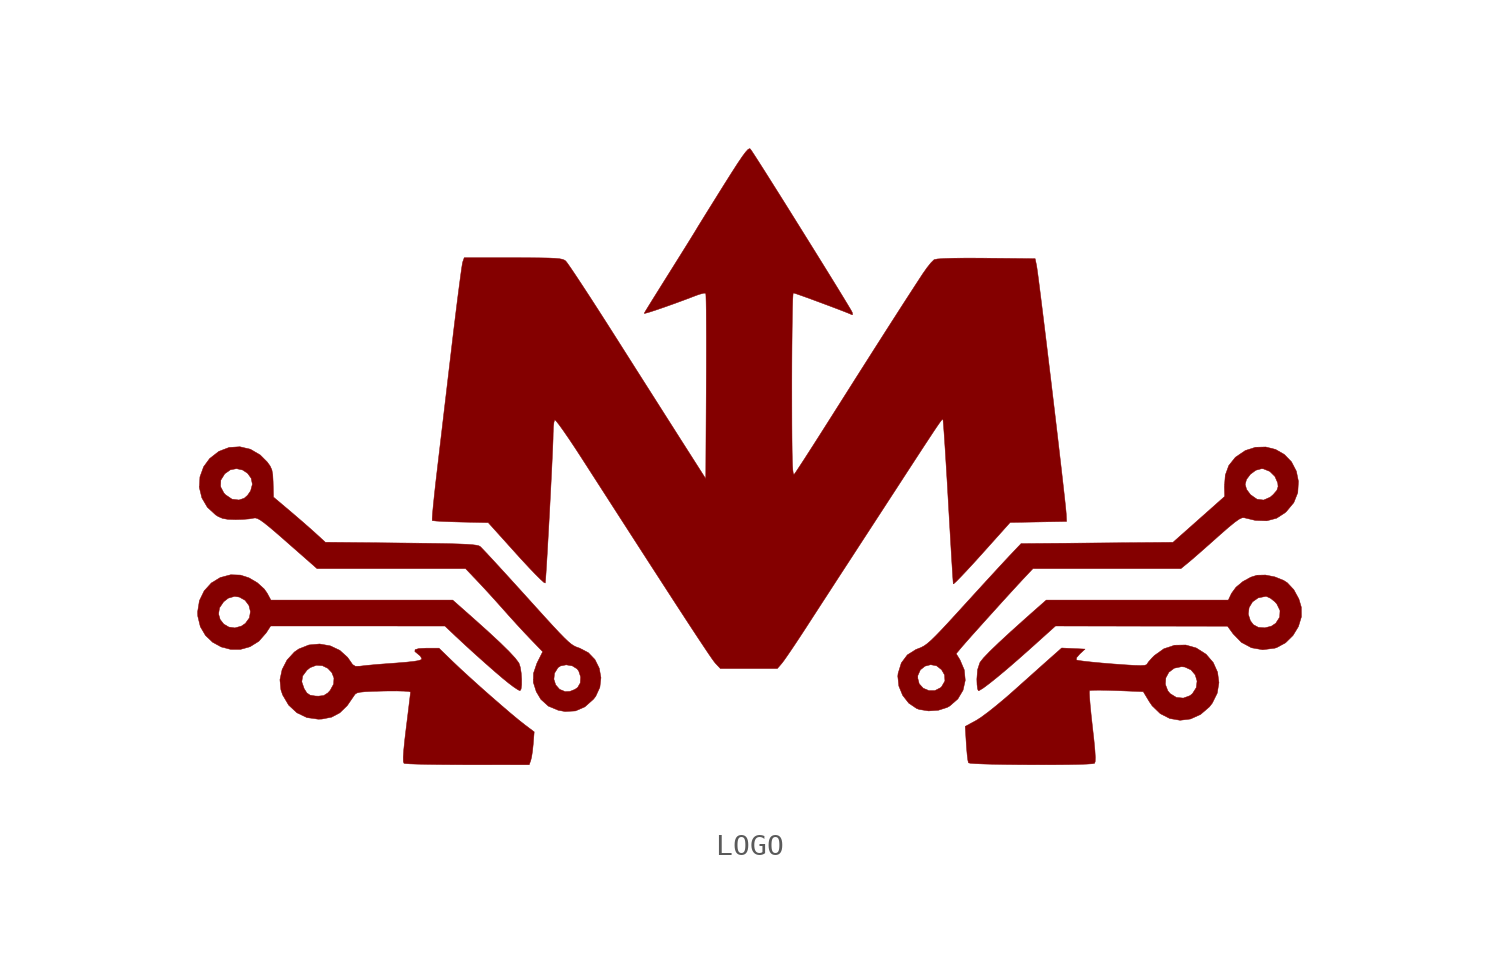
<source format=kicad_sym>
(kicad_symbol_lib
  (version 20220914)
  (generator "bitmap2component")
  (generator_version "9.0")
  (symbol "LOGO"
    (pin_names
      (offset 1.016))
    (property "Reference" "#G"
      (at 0 33.232 0)
      (effects (font (size 1.27 1.27)) hide))
    (symbol "LOGO_0_0"
      (polyline (pts (xy -10.001 -10.731) (xy -9.962 -10.577) (xy -9.919 -10.3) (xy -9.886 -9.979) (xy -9.842 -9.417) (xy -10.276 -9.09) (xy -10.547 -8.876) (xy -10.918 -8.568) (xy -11.356 -8.193) (xy -11.833 -7.778) (xy -12.32 -7.348) (xy -12.788 -6.926) (xy -13.21 -6.539) (xy -13.555 -6.212) (xy -14.199 -5.588) (xy -14.762 -5.588) (xy -14.783 -5.588) (xy -15.119 -5.605) (xy -15.291 -5.655) (xy -15.302 -5.74) (xy -15.155 -5.862) (xy -15.051 -5.949) (xy -14.986 -6.067) (xy -14.99 -6.087) (xy -15.039 -6.126) (xy -15.156 -6.161) (xy -15.364 -6.194) (xy -15.68 -6.228) (xy -16.127 -6.265) (xy -16.722 -6.309) (xy -16.757 -6.311) (xy -17.135 -6.342) (xy -17.489 -6.375) (xy -17.747 -6.404) (xy -17.833 -6.414) (xy -18.025 -6.415) (xy -18.151 -6.337) (xy -18.284 -6.145) (xy -18.382 -6.006) (xy -18.736 -5.687) (xy -19.174 -5.481) (xy -19.658 -5.396) (xy -20.151 -5.441) (xy -20.613 -5.624) (xy -20.818 -5.767) (xy -21.151 -6.13) (xy -21.376 -6.566) (xy -21.476 -7.034) (xy -21.467 -7.124) (xy -20.477 -7.124) (xy -20.436 -6.859) (xy -20.242 -6.597) (xy -20.093 -6.477) (xy -19.809 -6.371) (xy -19.532 -6.389) (xy -19.287 -6.508) (xy -19.102 -6.704) (xy -19.003 -6.954) (xy -19.02 -7.233) (xy -19.177 -7.52) (xy -19.284 -7.636) (xy -19.473 -7.756) (xy -19.714 -7.783) (xy -19.861 -7.777) (xy -20.095 -7.738) (xy -20.243 -7.638) (xy -20.364 -7.447) (xy -20.369 -7.437) (xy -20.477 -7.124) (xy -21.467 -7.124) (xy -21.432 -7.492) (xy -21.351 -7.73) (xy -21.078 -8.193) (xy -20.701 -8.543) (xy -20.241 -8.764) (xy -19.719 -8.838) (xy -19.555 -8.831) (xy -19.112 -8.745) (xy -18.735 -8.546) (xy -18.396 -8.216) (xy -18.067 -7.736) (xy -18.025 -7.683) (xy -17.943 -7.635) (xy -17.799 -7.602) (xy -17.568 -7.579) (xy -17.222 -7.563) (xy -16.734 -7.55) (xy -16.532 -7.547) (xy -16.123 -7.546) (xy -15.794 -7.554) (xy -15.577 -7.57) (xy -15.498 -7.593) (xy -15.51 -7.694) (xy -15.539 -7.935) (xy -15.582 -8.29) (xy -15.636 -8.731) (xy -15.698 -9.229) (xy -15.764 -9.78) (xy -15.811 -10.25) (xy -15.833 -10.578) (xy -15.829 -10.776) (xy -15.799 -10.857) (xy -15.746 -10.867) (xy -15.539 -10.882) (xy -15.196 -10.894) (xy -14.739 -10.905) (xy -14.189 -10.913) (xy -13.565 -10.918) (xy -12.889 -10.921) (xy -10.071 -10.922) (xy -10.001 -10.731)) (stroke (width 0.01) (type default)) (fill (type outline)))
      (polyline (pts (xy 14.055 -10.92) (xy 14.593 -10.915) (xy 15.06 -10.906) (xy 15.433 -10.893) (xy 15.687 -10.877) (xy 15.799 -10.857) (xy 15.828 -10.779) (xy 15.835 -10.586) (xy 15.816 -10.264) (xy 15.773 -9.802) (xy 15.704 -9.186) (xy 15.7 -9.151) (xy 15.645 -8.651) (xy 15.602 -8.212) (xy 15.573 -7.861) (xy 15.561 -7.625) (xy 15.568 -7.53) (xy 15.586 -7.524) (xy 15.739 -7.513) (xy 16.018 -7.51) (xy 16.391 -7.516) (xy 16.826 -7.53) (xy 18.03 -7.578) (xy 18.307 -8.038) (xy 18.435 -8.225) (xy 18.807 -8.584) (xy 19.242 -8.806) (xy 19.713 -8.887) (xy 20.192 -8.827) (xy 20.649 -8.622) (xy 21.057 -8.271) (xy 21.188 -8.102) (xy 21.414 -7.644) (xy 21.491 -7.163) (xy 21.428 -6.686) (xy 21.23 -6.245) (xy 20.904 -5.866) (xy 20.456 -5.58) (xy 19.975 -5.443) (xy 19.462 -5.453) (xy 18.972 -5.615) (xy 18.539 -5.923) (xy 18.43 -6.032) (xy 18.271 -6.211) (xy 18.194 -6.326) (xy 18.177 -6.346) (xy 18.087 -6.372) (xy 17.905 -6.382) (xy 17.61 -6.374) (xy 17.186 -6.349) (xy 16.612 -6.307) (xy 16.14 -6.268) (xy 15.695 -6.226) (xy 15.333 -6.187) (xy 15.083 -6.154) (xy 14.973 -6.13) (xy 14.961 -6.119) (xy 14.981 -6.016) (xy 15.124 -5.853) (xy 15.364 -5.63) (xy 14.829 -5.605) (xy 14.295 -5.58) (xy 13.772 -6.043) (xy 13.595 -6.2) (xy 13.281 -6.48) (xy 12.9 -6.821) (xy 12.483 -7.193) (xy 12.427 -7.243) (xy 19.039 -7.243) (xy 19.06 -6.947) (xy 19.201 -6.688) (xy 19.446 -6.504) (xy 19.778 -6.435) (xy 19.933 -6.451) (xy 20.213 -6.581) (xy 20.405 -6.808) (xy 20.491 -7.092) (xy 20.455 -7.391) (xy 20.281 -7.666) (xy 20.167 -7.76) (xy 19.861 -7.872) (xy 19.541 -7.841) (xy 19.258 -7.666) (xy 19.153 -7.539) (xy 19.039 -7.243) (xy 12.427 -7.243) (xy 12.065 -7.567) (xy 11.719 -7.87) (xy 11.308 -8.213) (xy 10.927 -8.516) (xy 10.608 -8.752) (xy 10.381 -8.897) (xy 9.882 -9.166) (xy 9.93 -9.956) (xy 9.942 -10.141) (xy 9.971 -10.47) (xy 10.002 -10.715) (xy 10.031 -10.834) (xy 10.117 -10.854) (xy 10.349 -10.872) (xy 10.704 -10.887) (xy 11.157 -10.9) (xy 11.685 -10.91) (xy 12.262 -10.917) (xy 12.866 -10.921) (xy 13.472 -10.922) (xy 14.055 -10.92)) (stroke (width 0.01) (type default)) (fill (type outline)))
      (polyline (pts (xy -7.951 -8.459) (xy -7.523 -8.273) (xy -7.13 -7.924) (xy -7.025 -7.788) (xy -6.837 -7.379) (xy -6.787 -6.94) (xy -6.864 -6.507) (xy -7.059 -6.113) (xy -7.364 -5.794) (xy -7.768 -5.584) (xy -7.825 -5.566) (xy -7.932 -5.526) (xy -8.037 -5.473) (xy -8.152 -5.396) (xy -8.29 -5.28) (xy -8.464 -5.114) (xy -8.687 -4.886) (xy -8.972 -4.582) (xy -9.332 -4.189) (xy -9.779 -3.696) (xy -10.327 -3.09) (xy -10.582 -2.809) (xy -11.018 -2.329) (xy -11.415 -1.895) (xy -11.758 -1.522) (xy -12.032 -1.227) (xy -12.223 -1.026) (xy -12.315 -0.934) (xy -12.376 -0.903) (xy -12.488 -0.876) (xy -12.665 -0.854) (xy -12.922 -0.835) (xy -13.275 -0.82) (xy -13.737 -0.806) (xy -14.324 -0.795) (xy -15.05 -0.785) (xy -15.931 -0.776) (xy -19.398 -0.741) (xy -19.849 -0.328) (xy -20.002 -0.191) (xy -20.319 0.089) (xy -20.681 0.402) (xy -21.036 0.705) (xy -21.771 1.325) (xy -21.787 1.967) (xy -21.788 2.017) (xy -21.805 2.346) (xy -21.845 2.57) (xy -21.925 2.747) (xy -22.061 2.935) (xy -22.38 3.254) (xy -22.826 3.514) (xy -23.309 3.628) (xy -23.8 3.597) (xy -24.27 3.418) (xy -24.693 3.089) (xy -24.968 2.713) (xy -25.137 2.247) (xy -25.16 1.805) (xy -24.195 1.805) (xy -24.182 2.101) (xy -24 2.393) (xy -23.745 2.574) (xy -23.461 2.627) (xy -23.186 2.566) (xy -22.953 2.412) (xy -22.792 2.188) (xy -22.736 1.913) (xy -22.817 1.611) (xy -22.956 1.408) (xy -23.109 1.273) (xy -23.351 1.192) (xy -23.669 1.231) (xy -23.967 1.433) (xy -24.04 1.512) (xy -24.195 1.805) (xy -25.16 1.805) (xy -25.163 1.761) (xy -25.048 1.288) (xy -24.797 0.86) (xy -24.414 0.508) (xy -24.305 0.439) (xy -24.101 0.35) (xy -23.854 0.307) (xy -23.502 0.296) (xy -23.178 0.305) (xy -22.882 0.328) (xy -22.691 0.361) (xy -22.61 0.372) (xy -22.511 0.348) (xy -22.376 0.275) (xy -22.189 0.141) (xy -21.931 -0.067) (xy -21.583 -0.364) (xy -21.129 -0.761) (xy -19.778 -1.947) (xy -16.38 -1.947) (xy -12.982 -1.947) (xy -12.438 -2.519) (xy -12.254 -2.714) (xy -11.917 -3.079) (xy -11.556 -3.478) (xy -11.222 -3.852) (xy -11.007 -4.094) (xy -10.648 -4.49) (xy -10.295 -4.872) (xy -10.001 -5.182) (xy -9.452 -5.75) (xy -9.679 -6.2) (xy -9.72 -6.285) (xy -9.873 -6.736) (xy -9.878 -7.01) (xy -8.941 -7.01) (xy -8.912 -6.734) (xy -8.752 -6.477) (xy -8.637 -6.401) (xy -8.377 -6.35) (xy -8.1 -6.397) (xy -7.877 -6.535) (xy -7.803 -6.637) (xy -7.716 -6.904) (xy -7.732 -7.178) (xy -7.853 -7.388) (xy -7.985 -7.478) (xy -8.213 -7.567) (xy -8.431 -7.575) (xy -8.681 -7.47) (xy -8.857 -7.269) (xy -8.941 -7.01) (xy -9.878 -7.01) (xy -9.881 -7.152) (xy -9.746 -7.578) (xy -9.536 -7.93) (xy -9.195 -8.239) (xy -8.744 -8.428) (xy -8.429 -8.486) (xy -7.951 -8.459)) (stroke (width 0.01) (type default)) (fill (type outline)))
      (polyline (pts (xy 8.658 -8.427) (xy 9.055 -8.3) (xy 9.178 -8.23) (xy 9.544 -7.911) (xy 9.782 -7.51) (xy 9.883 -7.057) (xy 9.838 -6.583) (xy 9.641 -6.12) (xy 9.468 -5.84) (xy 9.708 -5.553) (xy 9.726 -5.532) (xy 9.896 -5.337) (xy 10.153 -5.045) (xy 10.477 -4.684) (xy 10.843 -4.276) (xy 11.229 -3.849) (xy 11.612 -3.425) (xy 11.971 -3.032) (xy 12.282 -2.693) (xy 12.522 -2.434) (xy 12.98 -1.947) (xy 16.366 -1.947) (xy 19.752 -1.947) (xy 20.099 -1.662) (xy 20.175 -1.599) (xy 20.409 -1.398) (xy 20.723 -1.124) (xy 21.083 -0.806) (xy 21.459 -0.471) (xy 21.548 -0.392) (xy 21.929 -0.059) (xy 22.21 0.171) (xy 22.411 0.313) (xy 22.55 0.378) (xy 22.644 0.381) (xy 23.157 0.259) (xy 23.679 0.24) (xy 24.129 0.358) (xy 24.523 0.614) (xy 24.58 0.667) (xy 24.918 1.074) (xy 25.098 1.527) (xy 25.128 2.047) (xy 25.035 2.508) (xy 24.811 2.939) (xy 24.485 3.275) (xy 24.085 3.505) (xy 23.636 3.618) (xy 23.165 3.605) (xy 22.698 3.456) (xy 22.261 3.159) (xy 22.23 3.13) (xy 21.941 2.768) (xy 21.783 2.334) (xy 21.75 1.905) (xy 22.691 1.905) (xy 22.753 2.134) (xy 22.933 2.373) (xy 23.18 2.554) (xy 23.441 2.625) (xy 23.527 2.618) (xy 23.817 2.501) (xy 24.052 2.271) (xy 24.182 1.972) (xy 24.198 1.804) (xy 24.143 1.636) (xy 23.977 1.443) (xy 23.836 1.321) (xy 23.535 1.19) (xy 23.233 1.227) (xy 22.938 1.433) (xy 22.759 1.672) (xy 22.691 1.905) (xy 21.75 1.905) (xy 21.742 1.8) (xy 21.754 1.355) (xy 20.571 0.305) (xy 19.387 -0.745) (xy 15.912 -0.774) (xy 12.437 -0.804) (xy 11.912 -1.358) (xy 11.723 -1.56) (xy 11.435 -1.871) (xy 11.075 -2.262) (xy 10.664 -2.71) (xy 10.223 -3.193) (xy 9.773 -3.686) (xy 9.612 -3.863) (xy 9.165 -4.351) (xy 8.81 -4.733) (xy 8.531 -5.022) (xy 8.313 -5.234) (xy 8.138 -5.385) (xy 7.991 -5.488) (xy 7.857 -5.559) (xy 7.719 -5.613) (xy 7.625 -5.649) (xy 7.231 -5.898) (xy 6.958 -6.264) (xy 6.81 -6.743) (xy 6.796 -6.871) (xy 6.804 -6.943) (xy 7.705 -6.943) (xy 7.714 -6.837) (xy 7.828 -6.581) (xy 8.038 -6.412) (xy 8.3 -6.344) (xy 8.568 -6.393) (xy 8.799 -6.573) (xy 8.936 -6.811) (xy 8.953 -7.089) (xy 8.802 -7.35) (xy 8.75 -7.399) (xy 8.493 -7.528) (xy 8.216 -7.529) (xy 7.962 -7.421) (xy 7.776 -7.22) (xy 7.705 -6.943) (xy 6.804 -6.943) (xy 6.844 -7.321) (xy 7.019 -7.747) (xy 7.299 -8.105) (xy 7.658 -8.348) (xy 7.78 -8.392) (xy 8.206 -8.459) (xy 8.658 -8.427)) (stroke (width 0.01) (type default)) (fill (type outline)))
      (polyline (pts (xy -10.442 -7.46) (xy -10.418 -7.267) (xy -10.417 -7.003) (xy -10.437 -6.719) (xy -10.477 -6.462) (xy -10.535 -6.282) (xy -10.549 -6.258) (xy -10.712 -6.041) (xy -11.002 -5.729) (xy -11.42 -5.319) (xy -11.968 -4.811) (xy -12.648 -4.202) (xy -13.57 -3.387) (xy -17.73 -3.387) (xy -21.89 -3.387) (xy -22.058 -3.075) (xy -22.194 -2.881) (xy -22.507 -2.597) (xy -22.889 -2.371) (xy -23.28 -2.244) (xy -23.727 -2.229) (xy -24.202 -2.353) (xy -24.616 -2.605) (xy -24.943 -2.966) (xy -25.16 -3.413) (xy -25.243 -3.926) (xy -25.239 -4.02) (xy -24.285 -4.02) (xy -24.24 -3.741) (xy -24.052 -3.465) (xy -23.844 -3.301) (xy -23.549 -3.217) (xy -23.334 -3.249) (xy -23.07 -3.398) (xy -22.895 -3.633) (xy -22.825 -3.915) (xy -22.874 -4.203) (xy -23.059 -4.456) (xy -23.242 -4.58) (xy -23.538 -4.661) (xy -23.814 -4.622) (xy -24.047 -4.485) (xy -24.212 -4.276) (xy -24.285 -4.02) (xy -25.239 -4.02) (xy -25.235 -4.124) (xy -25.118 -4.605) (xy -24.883 -5.005) (xy -24.556 -5.317) (xy -24.162 -5.532) (xy -23.728 -5.644) (xy -23.279 -5.643) (xy -22.842 -5.521) (xy -22.442 -5.272) (xy -22.105 -4.887) (xy -21.9 -4.572) (xy -17.914 -4.573) (xy -13.928 -4.574) (xy -13.504 -4.975) (xy -13.436 -5.04) (xy -13.009 -5.437) (xy -12.551 -5.855) (xy -12.092 -6.265) (xy -11.663 -6.642) (xy -11.296 -6.956) (xy -11.02 -7.181) (xy -10.784 -7.359) (xy -10.592 -7.487) (xy -10.491 -7.535) (xy -10.442 -7.46)) (stroke (width 0.01) (type default)) (fill (type outline)))
      (polyline (pts (xy 10.532 -7.521) (xy 10.709 -7.411) (xy 10.987 -7.204) (xy 11.353 -6.911) (xy 11.791 -6.545) (xy 12.287 -6.116) (xy 12.827 -5.638) (xy 14.012 -4.573) (xy 17.949 -4.578) (xy 21.886 -4.582) (xy 22.14 -4.932) (xy 22.142 -4.935) (xy 22.523 -5.326) (xy 22.979 -5.569) (xy 23.492 -5.659) (xy 24.046 -5.588) (xy 24.137 -5.56) (xy 24.54 -5.341) (xy 24.879 -5.008) (xy 25.128 -4.599) (xy 25.264 -4.154) (xy 25.26 -3.712) (xy 25.15 -3.34) (xy 24.918 -2.913) (xy 24.616 -2.592) (xy 24.448 -2.485) (xy 24.051 -2.326) (xy 23.62 -2.241) (xy 23.235 -2.25) (xy 22.951 -2.339) (xy 22.585 -2.539) (xy 22.271 -2.8) (xy 22.067 -3.079) (xy 21.921 -3.387) (xy 17.755 -3.387) (xy 13.589 -3.388) (xy 12.954 -3.948) (xy 12.863 -4.029) (xy 22.833 -4.029) (xy 22.871 -3.728) (xy 23.027 -3.469) (xy 23.287 -3.286) (xy 23.634 -3.217) (xy 23.672 -3.222) (xy 23.855 -3.307) (xy 24.052 -3.465) (xy 24.142 -3.568) (xy 24.287 -3.868) (xy 24.27 -4.17) (xy 24.091 -4.449) (xy 23.888 -4.583) (xy 23.592 -4.657) (xy 23.298 -4.636) (xy 23.07 -4.516) (xy 22.931 -4.335) (xy 22.833 -4.029) (xy 12.863 -4.029) (xy 12.632 -4.234) (xy 11.957 -4.84) (xy 11.412 -5.343) (xy 11 -5.74) (xy 10.72 -6.032) (xy 10.571 -6.22) (xy 10.548 -6.261) (xy 10.447 -6.572) (xy 10.414 -7.006) (xy 10.423 -7.257) (xy 10.449 -7.458) (xy 10.486 -7.535) (xy 10.532 -7.521)) (stroke (width 0.01) (type default)) (fill (type outline)))
      (polyline (pts (xy 1.486 -6.286) (xy 1.489 -6.283) (xy 1.601 -6.134) (xy 1.785 -5.87) (xy 2.024 -5.518) (xy 2.298 -5.105) (xy 2.591 -4.657) (xy 2.868 -4.229) (xy 3.267 -3.613) (xy 3.694 -2.956) (xy 4.112 -2.311) (xy 4.487 -1.736) (xy 4.679 -1.441) (xy 5.055 -0.862) (xy 5.48 -0.209) (xy 5.926 0.476) (xy 6.366 1.153) (xy 6.773 1.778) (xy 7.184 2.411) (xy 7.602 3.053) (xy 7.943 3.576) (xy 8.215 3.99) (xy 8.425 4.309) (xy 8.583 4.544) (xy 8.696 4.707) (xy 8.772 4.811) (xy 8.819 4.867) (xy 8.846 4.887) (xy 8.86 4.884) (xy 8.868 4.839) (xy 8.886 4.642) (xy 8.911 4.306) (xy 8.942 3.847) (xy 8.978 3.283) (xy 9.018 2.631) (xy 9.062 1.909) (xy 9.106 1.133) (xy 9.137 0.594) (xy 9.18 -0.149) (xy 9.22 -0.828) (xy 9.255 -1.425) (xy 9.286 -1.923) (xy 9.31 -2.305) (xy 9.328 -2.552) (xy 9.336 -2.647) (xy 9.357 -2.639) (xy 9.473 -2.534) (xy 9.675 -2.328) (xy 9.949 -2.038) (xy 10.279 -1.681) (xy 10.647 -1.274) (xy 11.937 0.165) (xy 13.229 0.188) (xy 14.52 0.212) (xy 14.504 0.55) (xy 14.493 0.681) (xy 14.464 0.976) (xy 14.417 1.404) (xy 14.356 1.948) (xy 14.283 2.59) (xy 14.199 3.312) (xy 14.108 4.097) (xy 14.01 4.927) (xy 13.908 5.784) (xy 13.805 6.65) (xy 13.701 7.508) (xy 13.601 8.34) (xy 13.505 9.128) (xy 13.415 9.854) (xy 13.335 10.501) (xy 13.265 11.05) (xy 13.209 11.485) (xy 13.167 11.787) (xy 13.143 11.938) (xy 13.081 12.234) (xy 10.855 12.257) (xy 10.626 12.259) (xy 9.926 12.261) (xy 9.349 12.255) (xy 8.906 12.241) (xy 8.609 12.221) (xy 8.469 12.193) (xy 8.449 12.181) (xy 8.313 12.046) (xy 8.13 11.817) (xy 7.933 11.536) (xy 7.591 11.012) (xy 7.043 10.166) (xy 6.41 9.18) (xy 5.694 8.058) (xy 4.897 6.804) (xy 4.02 5.419) (xy 3.863 5.171) (xy 3.468 4.548) (xy 3.102 3.973) (xy 2.775 3.462) (xy 2.497 3.03) (xy 2.278 2.695) (xy 2.13 2.47) (xy 2.061 2.374) (xy 2.059 2.372) (xy 2.033 2.369) (xy 2.011 2.425) (xy 1.994 2.552) (xy 1.979 2.763) (xy 1.968 3.068) (xy 1.96 3.482) (xy 1.954 4.015) (xy 1.95 4.681) (xy 1.948 5.491) (xy 1.947 6.459) (xy 1.947 6.621) (xy 1.949 7.439) (xy 1.953 8.199) (xy 1.96 8.886) (xy 1.968 9.485) (xy 1.977 9.978) (xy 1.988 10.351) (xy 2.001 10.586) (xy 2.014 10.668) (xy 2.051 10.659) (xy 2.223 10.602) (xy 2.502 10.504) (xy 2.855 10.376) (xy 3.249 10.23) (xy 3.652 10.08) (xy 4.03 9.937) (xy 4.352 9.813) (xy 4.583 9.721) (xy 4.692 9.672) (xy 4.728 9.674) (xy 4.711 9.778) (xy 4.71 9.78) (xy 4.649 9.891) (xy 4.508 10.127) (xy 4.299 10.472) (xy 4.032 10.909) (xy 3.717 11.42) (xy 3.365 11.989) (xy 2.986 12.599) (xy 2.591 13.233) (xy 2.191 13.875) (xy 1.796 14.508) (xy 1.416 15.114) (xy 1.061 15.677) (xy 0.744 16.18) (xy 0.473 16.606) (xy 0.259 16.939) (xy 0.114 17.161) (xy 0.046 17.256) (xy 0.01 17.27) (xy -0.06 17.231) (xy -0.167 17.114) (xy -0.321 16.907) (xy -0.532 16.596) (xy -0.809 16.166) (xy -1.163 15.605) (xy -1.373 15.269) (xy -1.675 14.784) (xy -1.947 14.348) (xy -2.171 13.986) (xy -2.336 13.719) (xy -2.424 13.572) (xy -2.472 13.492) (xy -2.612 13.265) (xy -2.817 12.934) (xy -3.074 12.522) (xy -3.368 12.052) (xy -3.683 11.549) (xy -3.907 11.192) (xy -4.192 10.736) (xy -4.438 10.342) (xy -4.631 10.03) (xy -4.759 9.82) (xy -4.809 9.734) (xy -4.756 9.736) (xy -4.568 9.788) (xy -4.268 9.885) (xy -3.881 10.018) (xy -3.431 10.178) (xy -2.941 10.358) (xy -2.437 10.549) (xy -2.291 10.601) (xy -2.09 10.655) (xy -1.992 10.656) (xy -1.99 10.651) (xy -1.982 10.528) (xy -1.975 10.256) (xy -1.969 9.85) (xy -1.966 9.327) (xy -1.963 8.702) (xy -1.963 7.993) (xy -1.964 7.216) (xy -1.968 6.386) (xy -1.99 2.162) (xy -3.015 3.769) (xy -3.128 3.946) (xy -3.433 4.426) (xy -3.807 5.013) (xy -4.232 5.682) (xy -4.693 6.407) (xy -5.175 7.165) (xy -5.661 7.931) (xy -6.135 8.678) (xy -6.503 9.256) (xy -6.917 9.902) (xy -7.299 10.494) (xy -7.641 11.017) (xy -7.932 11.458) (xy -8.162 11.8) (xy -8.321 12.028) (xy -8.4 12.129) (xy -8.459 12.17) (xy -8.55 12.206) (xy -8.689 12.233) (xy -8.896 12.252) (xy -9.19 12.265) (xy -9.594 12.272) (xy -10.126 12.276) (xy -10.807 12.277) (xy -13.043 12.277) (xy -13.111 12.086) (xy -13.126 12.019) (xy -13.162 11.792) (xy -13.213 11.427) (xy -13.277 10.942) (xy -13.353 10.356) (xy -13.436 9.687) (xy -13.526 8.952) (xy -13.619 8.17) (xy -13.643 7.965) (xy -13.748 7.079) (xy -13.855 6.168) (xy -13.962 5.265) (xy -14.063 4.401) (xy -14.157 3.61) (xy -14.238 2.922) (xy -14.303 2.371) (xy -14.354 1.931) (xy -14.412 1.399) (xy -14.459 0.942) (xy -14.492 0.584) (xy -14.508 0.346) (xy -14.506 0.254) (xy -14.481 0.247) (xy -14.318 0.229) (xy -14.03 0.212) (xy -13.649 0.197) (xy -13.204 0.184) (xy -11.944 0.157) (xy -10.65 -1.28) (xy -10.434 -1.518) (xy -10.086 -1.893) (xy -9.786 -2.206) (xy -9.551 -2.44) (xy -9.396 -2.579) (xy -9.336 -2.607) (xy -9.334 -2.594) (xy -9.319 -2.428) (xy -9.298 -2.122) (xy -9.271 -1.697) (xy -9.24 -1.177) (xy -9.207 -0.585) (xy -9.171 0.057) (xy -9.135 0.723) (xy -9.1 1.393) (xy -9.067 2.042) (xy -9.037 2.648) (xy -9.012 3.187) (xy -8.992 3.636) (xy -8.979 3.972) (xy -8.975 4.173) (xy -8.974 4.232) (xy -8.962 4.536) (xy -8.936 4.761) (xy -8.9 4.862) (xy -8.846 4.817) (xy -8.711 4.648) (xy -8.51 4.37) (xy -8.257 4.002) (xy -7.963 3.562) (xy -7.642 3.068) (xy -6.887 1.895) (xy -6.048 0.592) (xy -5.294 -0.578) (xy -4.621 -1.621) (xy -4.025 -2.542) (xy -3.503 -3.348) (xy -3.051 -4.043) (xy -2.665 -4.634) (xy -2.342 -5.125) (xy -2.078 -5.522) (xy -1.87 -5.832) (xy -1.714 -6.059) (xy -1.606 -6.208) (xy -1.543 -6.286) (xy -1.323 -6.519) (xy -0.019 -6.519) (xy 1.285 -6.519) (xy 1.486 -6.286)) (stroke (width 0.01) (type default)) (fill (type outline))))))
</source>
